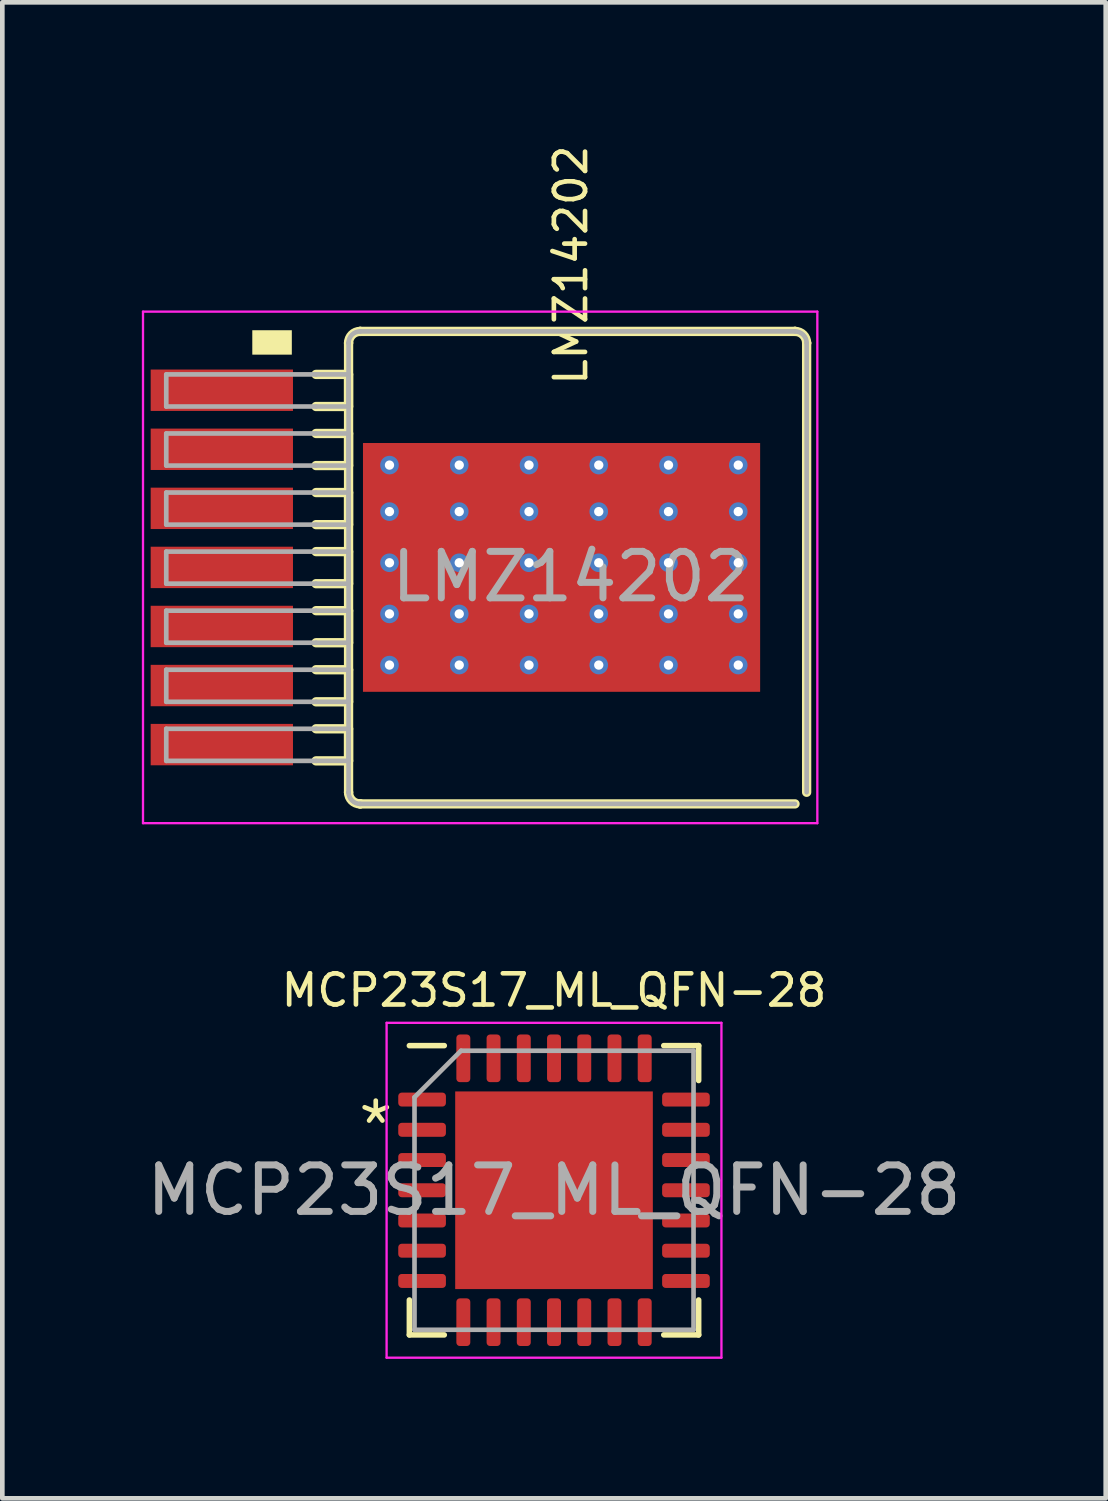
<source format=kicad_pcb>
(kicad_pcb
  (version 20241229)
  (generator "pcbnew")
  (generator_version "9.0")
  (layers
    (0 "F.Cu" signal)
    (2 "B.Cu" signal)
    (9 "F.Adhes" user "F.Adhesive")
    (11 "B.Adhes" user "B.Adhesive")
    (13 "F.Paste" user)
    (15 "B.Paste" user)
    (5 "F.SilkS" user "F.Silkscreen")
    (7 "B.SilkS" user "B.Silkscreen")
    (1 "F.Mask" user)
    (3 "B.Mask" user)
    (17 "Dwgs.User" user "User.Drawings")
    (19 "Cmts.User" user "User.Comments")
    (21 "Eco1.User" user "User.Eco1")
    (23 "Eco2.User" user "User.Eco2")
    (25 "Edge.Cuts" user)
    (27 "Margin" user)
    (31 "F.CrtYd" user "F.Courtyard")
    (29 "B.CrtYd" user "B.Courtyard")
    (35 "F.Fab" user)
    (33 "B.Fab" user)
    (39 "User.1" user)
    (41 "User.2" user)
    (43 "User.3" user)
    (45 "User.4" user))
  (footprint "LMZ14202"
    (layer "F.Cu")
    (at 9.025 9.151)
    (property "Reference" "LMZ14202" (at 0.2 -6.5 90) (unlocked yes) (layer "F.SilkS") (effects (font (size 0.67 0.67) (thickness 0.1))))
    (attr smd)
    (fp_line (start -5.28 -4.15) (end -4.58 -4.15) (stroke (width 0.2) (type solid)) (layer "F.SilkS"))
    (fp_line (start -5.28 -3.46) (end -4.58 -3.46) (stroke (width 0.2) (type solid)) (layer "F.SilkS"))
    (fp_line (start -5.28 -2.88) (end -4.58 -2.88) (stroke (width 0.2) (type solid)) (layer "F.SilkS"))
    (fp_line (start -5.28 -2.19) (end -4.58 -2.19) (stroke (width 0.2) (type solid)) (layer "F.SilkS"))
    (fp_line (start -5.28 -1.61) (end -4.58 -1.61) (stroke (width 0.2) (type solid)) (layer "F.SilkS"))
    (fp_line (start -5.28 -0.92) (end -4.58 -0.92) (stroke (width 0.2) (type solid)) (layer "F.SilkS"))
    (fp_line (start -5.28 -0.34) (end -4.58 -0.34) (stroke (width 0.2) (type solid)) (layer "F.SilkS"))
    (fp_line (start -5.28 0.35) (end -4.58 0.35) (stroke (width 0.2) (type solid)) (layer "F.SilkS"))
    (fp_line (start -5.28 0.93) (end -4.58 0.93) (stroke (width 0.2) (type solid)) (layer "F.SilkS"))
    (fp_line (start -5.28 1.62) (end -4.58 1.62) (stroke (width 0.2) (type solid)) (layer "F.SilkS"))
    (fp_line (start -5.28 2.2) (end -4.58 2.2) (stroke (width 0.2) (type solid)) (layer "F.SilkS"))
    (fp_line (start -5.28 2.89) (end -4.58 2.89) (stroke (width 0.2) (type solid)) (layer "F.SilkS"))
    (fp_line (start -5.28 3.47) (end -4.58 3.47) (stroke (width 0.2) (type solid)) (layer "F.SilkS"))
    (fp_line (start -5.28 4.16) (end -4.58 4.16) (stroke (width 0.2) (type solid)) (layer "F.SilkS"))
    (fp_line (start -4.58 -4.825) (end -4.58 -4.827) (stroke (width 0.2) (type solid)) (layer "F.SilkS"))
    (fp_line (start -4.58 -3.46) (end -4.58 -4.15) (stroke (width 0.2) (type solid)) (layer "F.SilkS"))
    (fp_line (start -4.58 -2.19) (end -4.58 -2.88) (stroke (width 0.2) (type solid)) (layer "F.SilkS"))
    (fp_line (start -4.58 -0.92) (end -4.58 -1.61) (stroke (width 0.2) (type solid)) (layer "F.SilkS"))
    (fp_line (start -4.58 0.35) (end -4.58 -0.34) (stroke (width 0.2) (type solid)) (layer "F.SilkS"))
    (fp_line (start -4.58 1.62) (end -4.58 0.93) (stroke (width 0.2) (type solid)) (layer "F.SilkS"))
    (fp_line (start -4.58 2.89) (end -4.58 2.2) (stroke (width 0.2) (type solid)) (layer "F.SilkS"))
    (fp_line (start -4.58 4.16) (end -4.58 3.47) (stroke (width 0.2) (type solid)) (layer "F.SilkS"))
    (fp_line (start -4.58 4.835) (end -4.58 -4.825) (stroke (width 0.2) (type solid)) (layer "F.SilkS"))
    (fp_line (start -4.58 4.835) (end -4.58 4.837) (stroke (width 0.2) (type solid)) (layer "F.SilkS"))
    (fp_line (start -4.332 -5.075) (end -4.33 -5.075) (stroke (width 0.2) (type solid)) (layer "F.SilkS"))
    (fp_line (start -4.332 5.085) (end -4.33 5.085) (stroke (width 0.2) (type solid)) (layer "F.SilkS"))
    (fp_line (start -4.33 -5.075) (end 5.02 -5.075) (stroke (width 0.2) (type solid)) (layer "F.SilkS"))
    (fp_line (start -4.33 5.085) (end 5.02 5.085) (stroke (width 0.2) (type solid)) (layer "F.SilkS"))
    (fp_line (start 5.02 -5.075) (end 5.022 -5.075) (stroke (width 0.2) (type solid)) (layer "F.SilkS"))
    (fp_line (start 5.27 -4.827) (end 5.27 -4.825) (stroke (width 0.2) (type solid)) (layer "F.SilkS"))
    (fp_line (start 5.27 4.835) (end 5.27 -4.825) (stroke (width 0.2) (type solid)) (layer "F.SilkS"))
    (fp_arc (start -4.579994 -4.826856) (mid -4.506778 -5.001776) (end -4.331858 -5.074992) (stroke (width 0.2) (type solid)) (layer "F.SilkS"))
    (fp_arc (start -4.331858 5.084992) (mid -4.506778 5.011776) (end -4.579994 4.836856) (stroke (width 0.2) (type solid)) (layer "F.SilkS"))
    (fp_arc (start 5.021857 -5.074992) (mid 5.196776 -5.001776) (end 5.269993 -4.826856) (stroke (width 0.2) (type solid)) (layer "F.SilkS"))
    (fp_poly (pts (xy -6.65 -5.1) (xy -6.65 -4.575) (xy -5.8 -4.575) (xy -5.8 -5.1)) (stroke (width 0) (type solid)) (fill yes) (layer "F.SilkS"))
    (fp_line (start -9 -5.5) (end -9 5.5) (stroke (width 0.05) (type default)) (layer "F.CrtYd"))
    (fp_line (start -9 5.5) (end 5.5 5.5) (stroke (width 0.05) (type default)) (layer "F.CrtYd"))
    (fp_line (start 5.5 -5.5) (end -9 -5.5) (stroke (width 0.05) (type default)) (layer "F.CrtYd"))
    (fp_line (start 5.5 5.5) (end 5.5 -5.5) (stroke (width 0.05) (type default)) (layer "F.CrtYd"))
    (fp_line (start -8.5 -4.15) (end -5.28 -4.15) (stroke (width 0.1) (type solid)) (layer "F.Fab"))
    (fp_line (start -8.5 -3.46) (end -8.5 -4.15) (stroke (width 0.1) (type solid)) (layer "F.Fab"))
    (fp_line (start -8.5 -3.46) (end -5.28 -3.46) (stroke (width 0.1) (type solid)) (layer "F.Fab"))
    (fp_line (start -8.5 -2.88) (end -5.28 -2.88) (stroke (width 0.1) (type solid)) (layer "F.Fab"))
    (fp_line (start -8.5 -2.19) (end -8.5 -2.88) (stroke (width 0.1) (type solid)) (layer "F.Fab"))
    (fp_line (start -8.5 -2.19) (end -5.28 -2.19) (stroke (width 0.1) (type solid)) (layer "F.Fab"))
    (fp_line (start -8.5 -1.61) (end -5.28 -1.61) (stroke (width 0.1) (type solid)) (layer "F.Fab"))
    (fp_line (start -8.5 -0.92) (end -8.5 -1.61) (stroke (width 0.1) (type solid)) (layer "F.Fab"))
    (fp_line (start -8.5 -0.92) (end -5.28 -0.92) (stroke (width 0.1) (type solid)) (layer "F.Fab"))
    (fp_line (start -8.5 -0.34) (end -5.28 -0.34) (stroke (width 0.1) (type solid)) (layer "F.Fab"))
    (fp_line (start -8.5 0.35) (end -8.5 -0.34) (stroke (width 0.1) (type solid)) (layer "F.Fab"))
    (fp_line (start -8.5 0.35) (end -5.28 0.35) (stroke (width 0.1) (type solid)) (layer "F.Fab"))
    (fp_line (start -8.5 0.93) (end -5.28 0.93) (stroke (width 0.1) (type solid)) (layer "F.Fab"))
    (fp_line (start -8.5 1.62) (end -8.5 0.93) (stroke (width 0.1) (type solid)) (layer "F.Fab"))
    (fp_line (start -8.5 1.62) (end -5.28 1.62) (stroke (width 0.1) (type solid)) (layer "F.Fab"))
    (fp_line (start -8.5 2.2) (end -5.28 2.2) (stroke (width 0.1) (type solid)) (layer "F.Fab"))
    (fp_line (start -8.5 2.89) (end -8.5 2.2) (stroke (width 0.1) (type solid)) (layer "F.Fab"))
    (fp_line (start -8.5 2.89) (end -5.28 2.89) (stroke (width 0.1) (type solid)) (layer "F.Fab"))
    (fp_line (start -8.5 3.47) (end -5.28 3.47) (stroke (width 0.1) (type solid)) (layer "F.Fab"))
    (fp_line (start -8.5 4.16) (end -8.5 3.47) (stroke (width 0.1) (type solid)) (layer "F.Fab"))
    (fp_line (start -8.5 4.16) (end -5.28 4.16) (stroke (width 0.1) (type solid)) (layer "F.Fab"))
    (fp_line (start -5.28 -4.15) (end -4.58 -4.15) (stroke (width 0.1) (type solid)) (layer "F.Fab"))
    (fp_line (start -5.28 -3.46) (end -4.58 -3.46) (stroke (width 0.1) (type solid)) (layer "F.Fab"))
    (fp_line (start -5.28 -2.88) (end -4.58 -2.88) (stroke (width 0.1) (type solid)) (layer "F.Fab"))
    (fp_line (start -5.28 -2.19) (end -4.58 -2.19) (stroke (width 0.1) (type solid)) (layer "F.Fab"))
    (fp_line (start -5.28 -1.61) (end -4.58 -1.61) (stroke (width 0.1) (type solid)) (layer "F.Fab"))
    (fp_line (start -5.28 -0.92) (end -4.58 -0.92) (stroke (width 0.1) (type solid)) (layer "F.Fab"))
    (fp_line (start -5.28 -0.34) (end -4.58 -0.34) (stroke (width 0.1) (type solid)) (layer "F.Fab"))
    (fp_line (start -5.28 0.35) (end -4.58 0.35) (stroke (width 0.1) (type solid)) (layer "F.Fab"))
    (fp_line (start -5.28 0.93) (end -4.58 0.93) (stroke (width 0.1) (type solid)) (layer "F.Fab"))
    (fp_line (start -5.28 1.62) (end -4.58 1.62) (stroke (width 0.1) (type solid)) (layer "F.Fab"))
    (fp_line (start -5.28 2.2) (end -4.58 2.2) (stroke (width 0.1) (type solid)) (layer "F.Fab"))
    (fp_line (start -5.28 2.89) (end -4.58 2.89) (stroke (width 0.1) (type solid)) (layer "F.Fab"))
    (fp_line (start -5.28 3.47) (end -4.58 3.47) (stroke (width 0.1) (type solid)) (layer "F.Fab"))
    (fp_line (start -5.28 4.16) (end -4.58 4.16) (stroke (width 0.1) (type solid)) (layer "F.Fab"))
    (fp_line (start -4.58 -4.825) (end -4.58 -4.827) (stroke (width 0.1) (type solid)) (layer "F.Fab"))
    (fp_line (start -4.58 -3.46) (end -4.58 -4.15) (stroke (width 0.1) (type solid)) (layer "F.Fab"))
    (fp_line (start -4.58 -2.19) (end -4.58 -2.88) (stroke (width 0.1) (type solid)) (layer "F.Fab"))
    (fp_line (start -4.58 -0.92) (end -4.58 -1.61) (stroke (width 0.1) (type solid)) (layer "F.Fab"))
    (fp_line (start -4.58 0.35) (end -4.58 -0.34) (stroke (width 0.1) (type solid)) (layer "F.Fab"))
    (fp_line (start -4.58 1.62) (end -4.58 0.93) (stroke (width 0.1) (type solid)) (layer "F.Fab"))
    (fp_line (start -4.58 2.89) (end -4.58 2.2) (stroke (width 0.1) (type solid)) (layer "F.Fab"))
    (fp_line (start -4.58 4.16) (end -4.58 3.47) (stroke (width 0.1) (type solid)) (layer "F.Fab"))
    (fp_line (start -4.58 4.835) (end -4.58 -4.825) (stroke (width 0.1) (type solid)) (layer "F.Fab"))
    (fp_line (start -4.58 4.835) (end -4.58 4.837) (stroke (width 0.1) (type solid)) (layer "F.Fab"))
    (fp_line (start -4.33 -5.075) (end 5.02 -5.075) (stroke (width 0.1) (type solid)) (layer "F.Fab"))
    (fp_line (start -4.33 5.085) (end 5.02 5.085) (stroke (width 0.1) (type solid)) (layer "F.Fab"))
    (fp_line (start 5.27 4.835) (end 5.27 -4.825) (stroke (width 0.1) (type solid)) (layer "F.Fab"))
    (fp_arc (start -4.579994 -4.826856) (mid -4.506778 -5.001776) (end -4.331858 -5.074992) (stroke (width 0.1) (type solid)) (layer "F.Fab"))
    (fp_arc (start -4.331858 5.084992) (mid -4.506778 5.011776) (end -4.579994 4.836856) (stroke (width 0.1) (type solid)) (layer "F.Fab"))
    (fp_arc (start 5.021857 -5.074992) (mid 5.196776 -5.001776) (end 5.269993 -4.826856) (stroke (width 0.1) (type solid)) (layer "F.Fab"))
    (fp_text user "${REFERENCE}" (at 0.2 0.2 0) (unlocked yes) (layer "F.Fab") (effects (font (size 1 1) (thickness 0.15))))
    (pad "1" smd rect (at -7.305 -3.81 90) (size 0.89 3.06) (layers "F.Cu" "F.Mask" "F.Paste"))
    (pad "2" smd rect (at -7.305 -2.54 90) (size 0.89 3.06) (layers "F.Cu" "F.Mask" "F.Paste"))
    (pad "3" smd rect (at -7.305 -1.27 90) (size 0.89 3.06) (layers "F.Cu" "F.Mask" "F.Paste"))
    (pad "4" smd rect (at -7.305 0 90) (size 0.89 3.06) (layers "F.Cu" "F.Mask" "F.Paste"))
    (pad "5" smd rect (at -7.305 1.27 90) (size 0.89 3.06) (layers "F.Cu" "F.Mask" "F.Paste"))
    (pad "6" smd rect (at -7.305 2.54 90) (size 0.89 3.06) (layers "F.Cu" "F.Mask" "F.Paste"))
    (pad "7" smd rect (at -7.305 3.81 90) (size 0.89 3.06) (layers "F.Cu" "F.Mask" "F.Paste"))
    (pad "8" thru_hole circle (at -3.7 -2.2) (size 0.4 0.4) (drill 0.2) (layers "*.Cu" "*.Mask"))
    (pad "8" thru_hole circle (at -3.7 -1.2) (size 0.4 0.4) (drill 0.2) (layers "*.Cu" "*.Mask"))
    (pad "8" thru_hole circle (at -3.7 -0.1) (size 0.4 0.4) (drill 0.2) (layers "*.Cu" "*.Mask"))
    (pad "8" thru_hole circle (at -3.7 1) (size 0.4 0.4) (drill 0.2) (layers "*.Cu" "*.Mask"))
    (pad "8" thru_hole circle (at -3.7 2.1) (size 0.4 0.4) (drill 0.2) (layers "*.Cu" "*.Mask"))
    (pad "8" thru_hole circle (at -2.2 -2.2) (size 0.4 0.4) (drill 0.2) (layers "*.Cu" "*.Mask"))
    (pad "8" thru_hole circle (at -2.2 -1.2) (size 0.4 0.4) (drill 0.2) (layers "*.Cu" "*.Mask"))
    (pad "8" thru_hole circle (at -2.2 -0.1) (size 0.4 0.4) (drill 0.2) (layers "*.Cu" "*.Mask"))
    (pad "8" thru_hole circle (at -2.2 1) (size 0.4 0.4) (drill 0.2) (layers "*.Cu" "*.Mask"))
    (pad "8" thru_hole circle (at -2.2 2.1) (size 0.4 0.4) (drill 0.2) (layers "*.Cu" "*.Mask"))
    (pad "8" thru_hole circle (at -0.7 -2.2) (size 0.4 0.4) (drill 0.2) (layers "*.Cu" "*.Mask"))
    (pad "8" thru_hole circle (at -0.7 -1.2) (size 0.4 0.4) (drill 0.2) (layers "*.Cu" "*.Mask"))
    (pad "8" thru_hole circle (at -0.7 -0.1) (size 0.4 0.4) (drill 0.2) (layers "*.Cu" "*.Mask"))
    (pad "8" thru_hole circle (at -0.7 1) (size 0.4 0.4) (drill 0.2) (layers "*.Cu" "*.Mask"))
    (pad "8" thru_hole circle (at -0.7 2.1) (size 0.4 0.4) (drill 0.2) (layers "*.Cu" "*.Mask"))
    (pad "8" smd rect (at 0 0 90) (size 5.35 8.54) (layers "F.Cu" "F.Mask" "F.Paste"))
    (pad "8" thru_hole circle (at 0.8 -2.2) (size 0.4 0.4) (drill 0.2) (layers "*.Cu" "*.Mask"))
    (pad "8" thru_hole circle (at 0.8 -1.2) (size 0.4 0.4) (drill 0.2) (layers "*.Cu" "*.Mask"))
    (pad "8" thru_hole circle (at 0.8 -0.1) (size 0.4 0.4) (drill 0.2) (layers "*.Cu" "*.Mask"))
    (pad "8" thru_hole circle (at 0.8 1) (size 0.4 0.4) (drill 0.2) (layers "*.Cu" "*.Mask"))
    (pad "8" thru_hole circle (at 0.8 2.1) (size 0.4 0.4) (drill 0.2) (layers "*.Cu" "*.Mask"))
    (pad "8" thru_hole circle (at 2.3 -2.2) (size 0.4 0.4) (drill 0.2) (layers "*.Cu" "*.Mask"))
    (pad "8" thru_hole circle (at 2.3 -1.2) (size 0.4 0.4) (drill 0.2) (layers "*.Cu" "*.Mask"))
    (pad "8" thru_hole circle (at 2.3 -0.1) (size 0.4 0.4) (drill 0.2) (layers "*.Cu" "*.Mask"))
    (pad "8" thru_hole circle (at 2.3 1) (size 0.4 0.4) (drill 0.2) (layers "*.Cu" "*.Mask"))
    (pad "8" thru_hole circle (at 2.3 2.1) (size 0.4 0.4) (drill 0.2) (layers "*.Cu" "*.Mask"))
    (pad "8" thru_hole circle (at 3.8 -2.2) (size 0.4 0.4) (drill 0.2) (layers "*.Cu" "*.Mask"))
    (pad "8" thru_hole circle (at 3.8 -1.2) (size 0.4 0.4) (drill 0.2) (layers "*.Cu" "*.Mask"))
    (pad "8" thru_hole circle (at 3.8 -0.1) (size 0.4 0.4) (drill 0.2) (layers "*.Cu" "*.Mask"))
    (pad "8" thru_hole circle (at 3.8 1) (size 0.4 0.4) (drill 0.2) (layers "*.Cu" "*.Mask"))
    (pad "8" thru_hole circle (at 3.8 2.1) (size 0.4 0.4) (drill 0.2) (layers "*.Cu" "*.Mask")))
  (footprint "MCP23S17_ML_QFN-28"
    (layer "F.Cu")
    (at 8.863 22.544)
    (property "Reference" "MCP23S17_ML_QFN-28" (at 0 -4.3 0) (unlocked yes) (layer "F.SilkS") (effects (font (size 0.67 0.67) (thickness 0.1))))
    (attr smd)
    (fp_line (start -3.11 3.11) (end -3.11 2.36) (stroke (width 0.12) (type solid)) (layer "F.SilkS"))
    (fp_line (start -2.36 -3.11) (end -3.11 -3.11) (stroke (width 0.12) (type solid)) (layer "F.SilkS"))
    (fp_line (start -2.36 3.11) (end -3.11 3.11) (stroke (width 0.12) (type solid)) (layer "F.SilkS"))
    (fp_line (start 2.36 -3.11) (end 3.11 -3.11) (stroke (width 0.12) (type solid)) (layer "F.SilkS"))
    (fp_line (start 2.36 3.11) (end 3.11 3.11) (stroke (width 0.12) (type solid)) (layer "F.SilkS"))
    (fp_line (start 3.11 -3.11) (end 3.11 -2.36) (stroke (width 0.12) (type solid)) (layer "F.SilkS"))
    (fp_line (start 3.11 3.11) (end 3.11 2.36) (stroke (width 0.12) (type solid)) (layer "F.SilkS"))
    (fp_line (start -3.6 -3.6) (end -3.6 3.6) (stroke (width 0.05) (type solid)) (layer "F.CrtYd"))
    (fp_line (start -3.6 3.6) (end 3.6 3.6) (stroke (width 0.05) (type solid)) (layer "F.CrtYd"))
    (fp_line (start 3.6 -3.6) (end -3.6 -3.6) (stroke (width 0.05) (type solid)) (layer "F.CrtYd"))
    (fp_line (start 3.6 3.6) (end 3.6 -3.6) (stroke (width 0.05) (type solid)) (layer "F.CrtYd"))
    (fp_line (start -3 -2) (end -2 -3) (stroke (width 0.1) (type solid)) (layer "F.Fab"))
    (fp_line (start -3 3) (end -3 -2) (stroke (width 0.1) (type solid)) (layer "F.Fab"))
    (fp_line (start -2 -3) (end 3 -3) (stroke (width 0.1) (type solid)) (layer "F.Fab"))
    (fp_line (start 3 -3) (end 3 3) (stroke (width 0.1) (type solid)) (layer "F.Fab"))
    (fp_line (start 3 3) (end -3 3) (stroke (width 0.1) (type solid)) (layer "F.Fab"))
    (fp_text user "*" (at -4.28 -0.8 0) (unlocked yes) (layer "F.SilkS") (effects (font (size 1 1) (thickness 0.1)) (justify left bottom)))
    (fp_text user "${REFERENCE}" (at 0 0 0) (layer "F.Fab") (effects (font (size 1 1) (thickness 0.15))))
    (pad "" smd roundrect (at -1.42 -1.42) (size 1.14 1.14) (layers "F.Paste") (roundrect_rratio 0.219))
    (pad "" smd roundrect (at -1.42 0) (size 1.14 1.14) (layers "F.Paste") (roundrect_rratio 0.219))
    (pad "" smd roundrect (at -1.42 1.42) (size 1.14 1.14) (layers "F.Paste") (roundrect_rratio 0.219))
    (pad "" smd roundrect (at 0 -1.42) (size 1.14 1.14) (layers "F.Paste") (roundrect_rratio 0.219))
    (pad "" smd roundrect (at 0 0) (size 1.14 1.14) (layers "F.Paste") (roundrect_rratio 0.219))
    (pad "" smd roundrect (at 0 1.42) (size 1.14 1.14) (layers "F.Paste") (roundrect_rratio 0.219))
    (pad "" smd roundrect (at 1.42 -1.42) (size 1.14 1.14) (layers "F.Paste") (roundrect_rratio 0.219))
    (pad "" smd roundrect (at 1.42 0) (size 1.14 1.14) (layers "F.Paste") (roundrect_rratio 0.219))
    (pad "" smd roundrect (at 1.42 1.42) (size 1.14 1.14) (layers "F.Paste") (roundrect_rratio 0.219))
    (pad "1" smd roundrect (at -2.837 -1.95) (size 1.025 0.3) (layers "F.Cu" "F.Mask" "F.Paste") (roundrect_rratio 0.25))
    (pad "2" smd roundrect (at -2.837 -1.3) (size 1.025 0.3) (layers "F.Cu" "F.Mask" "F.Paste") (roundrect_rratio 0.25))
    (pad "3" smd roundrect (at -2.837 -0.65) (size 1.025 0.3) (layers "F.Cu" "F.Mask" "F.Paste") (roundrect_rratio 0.25))
    (pad "4" smd roundrect (at -2.837 0) (size 1.025 0.3) (layers "F.Cu" "F.Mask" "F.Paste") (roundrect_rratio 0.25))
    (pad "5" smd roundrect (at -2.837 0.65) (size 1.025 0.3) (layers "F.Cu" "F.Mask" "F.Paste") (roundrect_rratio 0.25))
    (pad "6" smd roundrect (at -2.837 1.3) (size 1.025 0.3) (layers "F.Cu" "F.Mask" "F.Paste") (roundrect_rratio 0.25))
    (pad "7" smd roundrect (at -2.837 1.95) (size 1.025 0.3) (layers "F.Cu" "F.Mask" "F.Paste") (roundrect_rratio 0.25))
    (pad "8" smd roundrect (at -1.95 2.837) (size 0.3 1.025) (layers "F.Cu" "F.Mask" "F.Paste") (roundrect_rratio 0.25))
    (pad "9" smd roundrect (at -1.3 2.837) (size 0.3 1.025) (layers "F.Cu" "F.Mask" "F.Paste") (roundrect_rratio 0.25))
    (pad "10" smd roundrect (at -0.65 2.837) (size 0.3 1.025) (layers "F.Cu" "F.Mask" "F.Paste") (roundrect_rratio 0.25))
    (pad "11" smd roundrect (at 0 2.837) (size 0.3 1.025) (layers "F.Cu" "F.Mask" "F.Paste") (roundrect_rratio 0.25))
    (pad "12" smd roundrect (at 0.65 2.837) (size 0.3 1.025) (layers "F.Cu" "F.Mask" "F.Paste") (roundrect_rratio 0.25))
    (pad "13" smd roundrect (at 1.3 2.837) (size 0.3 1.025) (layers "F.Cu" "F.Mask" "F.Paste") (roundrect_rratio 0.25))
    (pad "14" smd roundrect (at 1.95 2.837) (size 0.3 1.025) (layers "F.Cu" "F.Mask" "F.Paste") (roundrect_rratio 0.25))
    (pad "15" smd roundrect (at 2.837 1.95) (size 1.025 0.3) (layers "F.Cu" "F.Mask" "F.Paste") (roundrect_rratio 0.25))
    (pad "16" smd roundrect (at 2.837 1.3) (size 1.025 0.3) (layers "F.Cu" "F.Mask" "F.Paste") (roundrect_rratio 0.25))
    (pad "17" smd roundrect (at 2.837 0.65) (size 1.025 0.3) (layers "F.Cu" "F.Mask" "F.Paste") (roundrect_rratio 0.25))
    (pad "18" smd roundrect (at 2.837 0) (size 1.025 0.3) (layers "F.Cu" "F.Mask" "F.Paste") (roundrect_rratio 0.25))
    (pad "19" smd roundrect (at 2.837 -0.65) (size 1.025 0.3) (layers "F.Cu" "F.Mask" "F.Paste") (roundrect_rratio 0.25))
    (pad "20" smd roundrect (at 2.837 -1.3) (size 1.025 0.3) (layers "F.Cu" "F.Mask" "F.Paste") (roundrect_rratio 0.25))
    (pad "21" smd roundrect (at 2.837 -1.95) (size 1.025 0.3) (layers "F.Cu" "F.Mask" "F.Paste") (roundrect_rratio 0.25))
    (pad "22" smd roundrect (at 1.95 -2.837) (size 0.3 1.025) (layers "F.Cu" "F.Mask" "F.Paste") (roundrect_rratio 0.25))
    (pad "23" smd roundrect (at 1.3 -2.837) (size 0.3 1.025) (layers "F.Cu" "F.Mask" "F.Paste") (roundrect_rratio 0.25))
    (pad "24" smd roundrect (at 0.65 -2.837) (size 0.3 1.025) (layers "F.Cu" "F.Mask" "F.Paste") (roundrect_rratio 0.25))
    (pad "25" smd roundrect (at 0 -2.837) (size 0.3 1.025) (layers "F.Cu" "F.Mask" "F.Paste") (roundrect_rratio 0.25))
    (pad "26" smd roundrect (at -0.65 -2.837) (size 0.3 1.025) (layers "F.Cu" "F.Mask" "F.Paste") (roundrect_rratio 0.25))
    (pad "27" smd roundrect (at -1.3 -2.837) (size 0.3 1.025) (layers "F.Cu" "F.Mask" "F.Paste") (roundrect_rratio 0.25))
    (pad "28" smd roundrect (at -1.95 -2.837) (size 0.3 1.025) (layers "F.Cu" "F.Mask" "F.Paste") (roundrect_rratio 0.25))
    (pad "29" smd rect (at 0 0) (size 4.25 4.25) (layers "F.Cu" "F.Mask")))
  (gr_rect
    (start -3 -3)
    (end 20.726 29.169)
    (stroke (width 0.1) (type default))
    (fill no)
    (layer "Edge.Cuts")))
</source>
